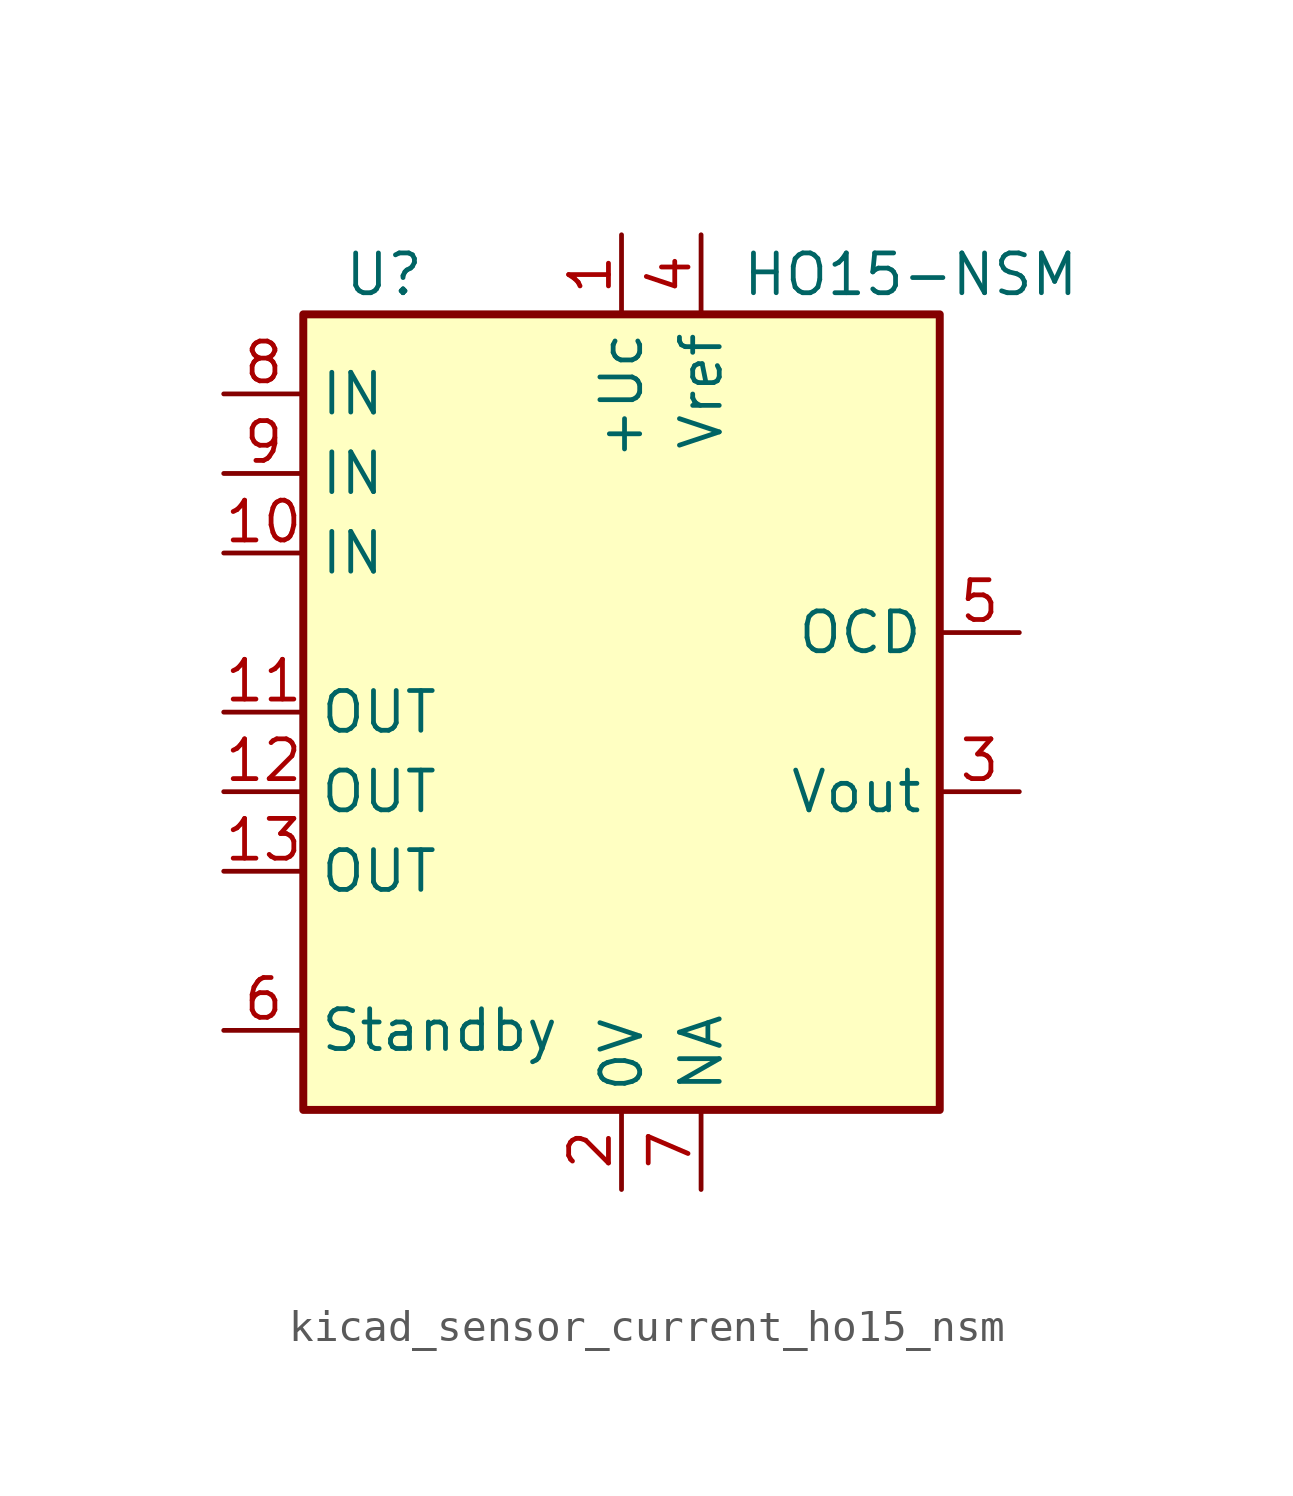
<source format=kicad_sym>
(kicad_symbol_lib
  (version 20220914)
  (generator kicad_symbol_editor)
  (symbol "kicad_sensor_current_ho15_nsm"
    (property "Reference" "U"
      (at -8.89 13.97 0)
      (effects (font (size 1.27 1.27)) (justify left)))
    (property "Value" "HO15-NSM"
      (at 3.81 13.97 0)
      (effects (font (size 1.27 1.27)) (justify left)))
    (symbol "kicad_sensor_current_ho15_nsm_0_1"
      (rectangle (start -10.16 12.7) (end 10.16 -12.7) (stroke (width 0.254) (type default)) (fill (type background))))
    (symbol "kicad_sensor_current_ho15_nsm_1_1"
      (pin power_in line (at 0 15.24 270) (length 2.54) (name "+Uc" (effects (font (size 1.27 1.27)))) (number "1" (effects (font (size 1.27 1.27)))))
      (pin passive line (at -12.7 5.08 0) (length 2.54) (name "IN" (effects (font (size 1.27 1.27)))) (number "10" (effects (font (size 1.27 1.27)))))
      (pin passive line (at -12.7 0 0) (length 2.54) (name "OUT" (effects (font (size 1.27 1.27)))) (number "11" (effects (font (size 1.27 1.27)))))
      (pin passive line (at -12.7 -2.54 0) (length 2.54) (name "OUT" (effects (font (size 1.27 1.27)))) (number "12" (effects (font (size 1.27 1.27)))))
      (pin passive line (at -12.7 -5.08 0) (length 2.54) (name "OUT" (effects (font (size 1.27 1.27)))) (number "13" (effects (font (size 1.27 1.27)))))
      (pin power_in line (at 0 -15.24 90) (length 2.54) (name "0V" (effects (font (size 1.27 1.27)))) (number "2" (effects (font (size 1.27 1.27)))))
      (pin output line (at 12.7 -2.54 180) (length 2.54) (name "Vout" (effects (font (size 1.27 1.27)))) (number "3" (effects (font (size 1.27 1.27)))))
      (pin passive line (at 2.54 15.24 270) (length 2.54) (name "Vref" (effects (font (size 1.27 1.27)))) (number "4" (effects (font (size 1.27 1.27)))))
      (pin open_collector line (at 12.7 2.54 180) (length 2.54) (name "OCD" (effects (font (size 1.27 1.27)))) (number "5" (effects (font (size 1.27 1.27)))))
      (pin input line (at -12.7 -10.16 0) (length 2.54) (name "Standby" (effects (font (size 1.27 1.27)))) (number "6" (effects (font (size 1.27 1.27)))))
      (pin passive line (at 2.54 -15.24 90) (length 2.54) (name "NA" (effects (font (size 1.27 1.27)))) (number "7" (effects (font (size 1.27 1.27)))))
      (pin passive line (at -12.7 10.16 0) (length 2.54) (name "IN" (effects (font (size 1.27 1.27)))) (number "8" (effects (font (size 1.27 1.27)))))
      (pin passive line (at -12.7 7.62 0) (length 2.54) (name "IN" (effects (font (size 1.27 1.27)))) (number "9" (effects (font (size 1.27 1.27))))))))
</source>
